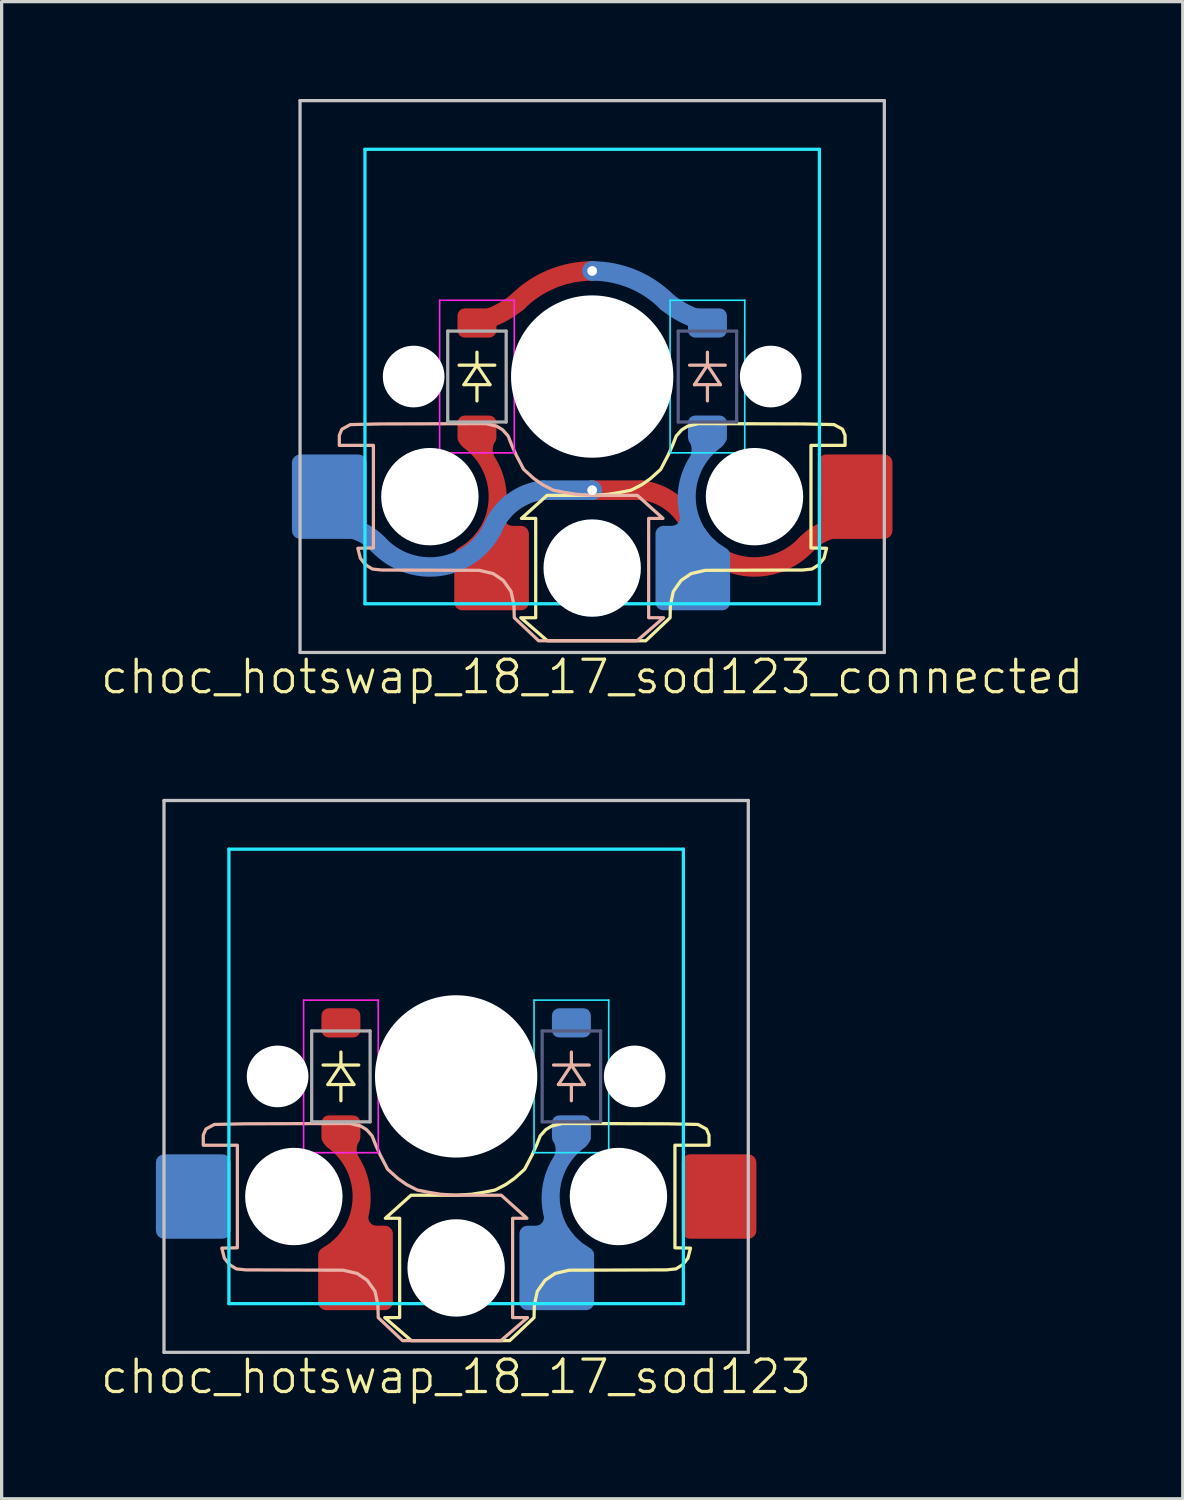
<source format=kicad_pcb>
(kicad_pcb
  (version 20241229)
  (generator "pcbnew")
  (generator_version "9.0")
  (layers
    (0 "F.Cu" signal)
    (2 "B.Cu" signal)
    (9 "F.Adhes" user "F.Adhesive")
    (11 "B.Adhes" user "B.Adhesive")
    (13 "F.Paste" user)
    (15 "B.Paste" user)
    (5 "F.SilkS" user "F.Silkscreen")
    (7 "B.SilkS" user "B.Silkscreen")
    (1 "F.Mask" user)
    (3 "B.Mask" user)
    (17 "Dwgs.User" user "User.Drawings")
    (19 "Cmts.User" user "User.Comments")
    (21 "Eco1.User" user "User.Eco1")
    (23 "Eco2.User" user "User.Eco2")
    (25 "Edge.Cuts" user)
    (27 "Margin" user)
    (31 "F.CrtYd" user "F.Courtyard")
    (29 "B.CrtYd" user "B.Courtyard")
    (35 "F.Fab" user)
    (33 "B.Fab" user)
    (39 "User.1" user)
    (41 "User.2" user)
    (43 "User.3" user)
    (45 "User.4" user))
  (footprint "choc_hotswap_18_17_sod123"
    (layer "F.Cu")
    (at 11.002 30.11)
    (property "Reference" "choc_hotswap_18_17_sod123" (at 0 9.25 0) (unlocked yes) (layer "F.SilkS") (effects (font (size 1 1) (thickness 0.1))))
    (attr smd)
    (fp_poly (pts (arc (start -4.149996 1.9) (mid -4.074341 2.066227) (end -3.95 2.199999)) (arc (start -3.95 2.2) (mid -3.21768 3.379686) (end -3.506351 4.737856)) (arc (start -2.45 4.599999) (mid -2.645282 4.509601) (end -2.697995 4.300967)) (arc (start -2.697996 4.300967) (mid -2.663909 3.368596) (end -2.99277 2.495482)) (arc (start -2.99277 2.495482) (mid -3.062756 2.230344) (end -2.970536 1.972096))) (stroke (width 0) (type solid)) (fill yes) (layer "F.Cu"))
    (fp_poly (pts (arc (start 4.149996 1.9) (mid 4.074341 2.066227) (end 3.95 2.199999)) (arc (start 3.95 2.2) (mid 3.21768 3.379686) (end 3.506351 4.737856)) (arc (start 2.45 4.599999) (mid 2.645282 4.509601) (end 2.697995 4.300967)) (arc (start 2.697996 4.300967) (mid 2.663909 3.368596) (end 2.99277 2.495482)) (arc (start 2.99277 2.495482) (mid 3.062756 2.230344) (end 2.970536 1.972096))) (stroke (width 0) (type solid)) (fill yes) (layer "B.Cu"))
    (fp_line (start -3.95 0.25) (end -3.55 -0.35) (stroke (width 0.1) (type solid)) (layer "F.SilkS"))
    (fp_line (start -3.55 -0.75) (end -3.55 -0.35) (stroke (width 0.1) (type solid)) (layer "F.SilkS"))
    (fp_line (start -3.55 -0.35) (end -4.1 -0.35) (stroke (width 0.1) (type solid)) (layer "F.SilkS"))
    (fp_line (start -3.55 -0.35) (end -3.15 0.25) (stroke (width 0.1) (type solid)) (layer "F.SilkS"))
    (fp_line (start -3.55 -0.35) (end -3 -0.35) (stroke (width 0.1) (type solid)) (layer "F.SilkS"))
    (fp_line (start -3.55 0.25) (end -3.55 0.75) (stroke (width 0.1) (type solid)) (layer "F.SilkS"))
    (fp_line (start -3.15 0.25) (end -3.95 0.25) (stroke (width 0.1) (type solid)) (layer "F.SilkS"))
    (fp_poly (pts (xy 1.8 3.14) (xy 2.11 2.86) (xy 2.34 2.42) (xy 2.48 2.11) (xy 2.59 1.83) (xy 2.76 1.64) (xy 2.94 1.53) (xy 3.27 1.45) (xy 6.52 1.46) (xy 7.45 1.48) (xy 7.71 1.622) (xy 7.79 1.81) (xy 7.79 2.12) (xy 6.74 2.12) (xy 6.74 5.28) (xy 7.22 5.29) (xy 7.14 5.6) (xy 6.98 5.8) (xy 6.77 5.93) (xy 6.48 5.96) (xy 3.48 5.97) (xy 3.05 6.07) (xy 2.74 6.28) (xy 2.5 6.62) (xy 2.41 7.04) (xy 2.4 7.43) (xy 1.65 8.14) (xy -1.38 8.14) (xy -2.2 7.43) (xy -1.74 7.43) (xy -1.74 4.37) (xy -2.18 4.37) (xy -1.39 3.66) (xy 0.02 3.66) (xy 0.48 3.63) (xy 0.85 3.57) (xy 1.2 3.5) (xy 1.53 3.33)) (stroke (width 0.1) (type solid)) (fill no) (layer "F.SilkS"))
    (fp_line (start 3 -0.35) (end 3.55 -0.35) (stroke (width 0.1) (type solid)) (layer "B.SilkS"))
    (fp_line (start 3.15 0.25) (end 3.55 -0.35) (stroke (width 0.1) (type solid)) (layer "B.SilkS"))
    (fp_line (start 3.55 -0.35) (end 3.55 -0.75) (stroke (width 0.1) (type solid)) (layer "B.SilkS"))
    (fp_line (start 3.55 -0.35) (end 3.95 0.25) (stroke (width 0.1) (type solid)) (layer "B.SilkS"))
    (fp_line (start 3.55 0.75) (end 3.55 0.25) (stroke (width 0.1) (type solid)) (layer "B.SilkS"))
    (fp_line (start 3.95 0.25) (end 3.15 0.25) (stroke (width 0.1) (type solid)) (layer "B.SilkS"))
    (fp_line (start 4.1 -0.35) (end 3.55 -0.35) (stroke (width 0.1) (type solid)) (layer "B.SilkS"))
    (fp_poly (pts (xy -1.8 3.14) (xy -2.11 2.86) (xy -2.34 2.42) (xy -2.48 2.11) (xy -2.59 1.83) (xy -2.76 1.64) (xy -2.94 1.53) (xy -3.27 1.45) (xy -6.52 1.46) (xy -7.45 1.48) (xy -7.71 1.622) (xy -7.79 1.81) (xy -7.79 2.12) (xy -6.74 2.12) (xy -6.74 5.28) (xy -7.22 5.29) (xy -7.14 5.6) (xy -6.98 5.8) (xy -6.77 5.93) (xy -6.48 5.96) (xy -3.48 5.97) (xy -3.05 6.07) (xy -2.74 6.28) (xy -2.5 6.62) (xy -2.41 7.04) (xy -2.4 7.43) (xy -1.65 8.14) (xy 1.38 8.14) (xy 2.2 7.43) (xy 1.74 7.43) (xy 1.74 4.37) (xy 2.18 4.37) (xy 1.39 3.66) (xy -0.02 3.66) (xy -0.48 3.63) (xy -0.85 3.57) (xy -1.2 3.5) (xy -1.53 3.33)) (stroke (width 0.1) (type solid)) (fill no) (layer "B.SilkS"))
    (fp_line (start -9 -8.5) (end -9 8.5) (stroke (width 0.1) (type solid)) (layer "Dwgs.User"))
    (fp_line (start -9 8.5) (end 9 8.5) (stroke (width 0.1) (type solid)) (layer "Dwgs.User"))
    (fp_line (start 9 -8.5) (end -9 -8.5) (stroke (width 0.1) (type solid)) (layer "Dwgs.User"))
    (fp_line (start 9 8.5) (end 9 -8.5) (stroke (width 0.1) (type solid)) (layer "Dwgs.User"))
    (fp_line (start -7 -7) (end -7 7) (stroke (width 0.1) (type solid)) (layer "B.CrtYd"))
    (fp_line (start -7 7) (end 7 7) (stroke (width 0.1) (type solid)) (layer "B.CrtYd"))
    (fp_line (start 2.4 2.35) (end 2.4 -2.35) (stroke (width 0.05) (type solid)) (layer "B.CrtYd"))
    (fp_line (start 4.7 -2.35) (end 2.4 -2.35) (stroke (width 0.05) (type solid)) (layer "B.CrtYd"))
    (fp_line (start 4.7 -2.35) (end 4.7 2.35) (stroke (width 0.05) (type solid)) (layer "B.CrtYd"))
    (fp_line (start 4.7 2.35) (end 2.4 2.35) (stroke (width 0.05) (type solid)) (layer "B.CrtYd"))
    (fp_line (start 7 -7) (end -7 -7) (stroke (width 0.1) (type solid)) (layer "B.CrtYd"))
    (fp_line (start 7 7) (end 7 -7) (stroke (width 0.1) (type solid)) (layer "B.CrtYd"))
    (fp_line (start -4.7 2.35) (end -4.7 -2.35) (stroke (width 0.05) (type solid)) (layer "F.CrtYd"))
    (fp_line (start -2.4 -2.35) (end -4.7 -2.35) (stroke (width 0.05) (type solid)) (layer "F.CrtYd"))
    (fp_line (start -2.4 -2.35) (end -2.4 2.35) (stroke (width 0.05) (type solid)) (layer "F.CrtYd"))
    (fp_line (start -2.4 2.35) (end -4.7 2.35) (stroke (width 0.05) (type solid)) (layer "F.CrtYd"))
    (fp_line (start 2.65 -1.4) (end 4.45 -1.4) (stroke (width 0.1) (type solid)) (layer "B.Fab"))
    (fp_line (start 2.65 1.4) (end 2.65 -1.4) (stroke (width 0.1) (type solid)) (layer "B.Fab"))
    (fp_line (start 4.45 1.4) (end 2.65 1.4) (stroke (width 0.1) (type solid)) (layer "B.Fab"))
    (fp_line (start 4.45 -1.4) (end 4.45 1.4) (stroke (width 0.1) (type solid)) (layer "B.Fab"))
    (fp_line (start -4.45 -1.4) (end -2.65 -1.4) (stroke (width 0.1) (type solid)) (layer "F.Fab"))
    (fp_line (start -4.45 1.4) (end -4.45 -1.4) (stroke (width 0.1) (type solid)) (layer "F.Fab"))
    (fp_line (start -2.65 1.4) (end -4.45 1.4) (stroke (width 0.1) (type solid)) (layer "F.Fab"))
    (fp_line (start -2.65 -1.4) (end -2.65 1.4) (stroke (width 0.1) (type solid)) (layer "F.Fab"))
    (pad "" np_thru_hole circle (at -5.5 0 270) (size 1.9 1.9) (drill 1.9) (layers "*.Cu" "*.Mask"))
    (pad "" np_thru_hole circle (at -5 3.7 90) (size 3 3) (drill 3) (layers "*.Cu" "*.Mask"))
    (pad "" np_thru_hole circle (at 0 0 270) (size 5 5) (drill 5) (layers "*.Cu" "*.Mask"))
    (pad "" np_thru_hole circle (at 0 5.9 270) (size 3 3) (drill 3) (layers "*.Cu" "*.Mask"))
    (pad "" smd custom (at 3.1 6.225 180) (size 1.95 1.95) (layers "B.Cu" "B.Mask" "B.Paste") (options (anchor circle)) (primitives (gr_poly (pts (xy -0.591 1.269) (xy -0.564 1.298) (xy -0.41 1.49) (xy -0.391 1.518) (arc (start -0.374871 1.536577) (mid -0.289292 1.601689) (end -0.184279 1.624829)) (arc (start 0.899969 1.624966) (mid 1.076766 1.551754) (end 1.15 1.374966)) (arc (start 1.15 -0.725003) (mid 1.076777 -0.90178) (end 0.9 -0.975003)) (arc (start -0.9 -0.975003) (mid -1.076777 -0.90178) (end -1.15 -0.725003)) (arc (start -1.15 0.715471) (mid -1.128988 0.815792) (end -1.069485 0.89925)) (xy -1.038 0.928) (xy -1.008 0.945) (xy -0.802 1.081) (xy -0.771 1.105)) (width 0) (fill yes))))
    (pad "" smd roundrect (at 3.55 1.65 90) (size 0.9 1.2) (layers "B.Cu" "B.Mask" "B.Paste") (roundrect_rratio 0.25))
    (pad "" np_thru_hole circle (at 5 3.7 270) (size 3 3) (drill 3) (layers "*.Cu" "*.Mask"))
    (pad "" np_thru_hole circle (at 5.5 0 270) (size 1.9 1.9) (drill 1.9) (layers "*.Cu" "*.Mask"))
    (pad "1" smd roundrect (at 8.1 3.7 180) (size 2.3 2.6) (layers "F.Cu" "F.Mask" "F.Paste") (roundrect_rratio 0.109))
    (pad "2" smd roundrect (at -3.55 -1.65 270) (size 0.9 1.2) (layers "F.Cu" "F.Mask" "F.Paste") (roundrect_rratio 0.25))
    (pad "3" smd roundrect (at -8.1 3.7 180) (size 2.3 2.6) (layers "B.Cu" "B.Mask" "B.Paste") (roundrect_rratio 0.109))
    (pad "4" smd roundrect (at 3.55 -1.65 90) (size 0.9 1.2) (layers "B.Cu" "B.Mask" "B.Paste") (roundrect_rratio 0.25))
    (pad "t" smd roundrect (at -3.55 1.65 270) (size 0.9 1.2) (layers "F.Cu" "F.Mask" "F.Paste") (roundrect_rratio 0.25))
    (pad "t" smd custom (at -3.1 6.225 180) (size 1.95 1.95) (layers "F.Cu" "F.Mask" "F.Paste") (options (anchor circle)) (primitives (gr_poly (pts (xy 0.591 1.269) (xy 0.564 1.298) (xy 0.41 1.49) (xy 0.391 1.518) (arc (start 0.374871 1.536577) (mid 0.289292 1.601689) (end 0.184279 1.624829)) (arc (start -0.899969 1.624966) (mid -1.076766 1.551754) (end -1.15 1.374966)) (arc (start -1.15 -0.725003) (mid -1.076777 -0.90178) (end -0.9 -0.975003)) (arc (start 0.9 -0.975003) (mid 1.076777 -0.90178) (end 1.15 -0.725003)) (arc (start 1.15 0.715471) (mid 1.128988 0.815792) (end 1.069485 0.89925)) (xy 1.038 0.928) (xy 1.008 0.945) (xy 0.802 1.081) (xy 0.771 1.105)) (width 0) (fill yes)))))
  (footprint "choc_hotswap_18_17_sod123_connected"
    (layer "F.Cu")
    (at 15.193 8.55)
    (property "Reference" "choc_hotswap_18_17_sod123_connected" (at 0 9.25 0) (unlocked yes) (layer "F.SilkS") (effects (font (size 1 1) (thickness 0.1))))
    (attr smd)
    (fp_line (start 1.513 3.5) (end 0 3.5) (stroke (width 0.6) (type default)) (layer "F.Cu"))
    (fp_arc (start -2.3 -2.300001) (mid -2.767845 -1.982954) (end -3.287087 -1.759827) (stroke (width 0.6) (type default)) (layer "F.Cu"))
    (fp_arc (start -2.3 -2.3) (mid -1.244751 -3.005095) (end 0 -3.252691) (stroke (width 0.6) (type default)) (layer "F.Cu"))
    (fp_arc (start 1.513264 3.5) (mid 2.465946 3.884725) (end 3.08193 4.707027) (stroke (width 0.6) (type default)) (layer "F.Cu"))
    (fp_arc (start 6.580436 5.181659) (mid 4.708764 5.846689) (end 3.08193 4.707027) (stroke (width 0.6) (type default)) (layer "F.Cu"))
    (fp_arc (start 6.580436 5.181659) (mid 6.899829 4.911579) (end 7.276741 4.730216) (stroke (width 0.6) (type default)) (layer "F.Cu"))
    (fp_poly (pts (arc (start -4.149996 1.9) (mid -4.074341 2.066227) (end -3.95 2.199999)) (arc (start -3.95 2.2) (mid -3.21768 3.379686) (end -3.506351 4.737856)) (arc (start -2.45 4.599999) (mid -2.645282 4.509601) (end -2.697995 4.300967)) (arc (start -2.697996 4.300967) (mid -2.663909 3.368596) (end -2.99277 2.495482)) (arc (start -2.99277 2.495482) (mid -3.062756 2.230344) (end -2.970536 1.972096))) (stroke (width 0) (type solid)) (fill yes) (layer "F.Cu"))
    (fp_line (start 0 3.5) (end -1.513 3.5) (stroke (width 0.6) (type default)) (layer "B.Cu"))
    (fp_arc (start -7.276741 4.730216) (mid -6.899829 4.911579) (end -6.580436 5.181659) (stroke (width 0.6) (type default)) (layer "B.Cu"))
    (fp_arc (start -3.08193 4.707027) (mid -4.708764 5.846689) (end -6.580436 5.181659) (stroke (width 0.6) (type default)) (layer "B.Cu"))
    (fp_arc (start -3.08193 4.707027) (mid -2.289644 3.764123) (end -1.513264 3.5) (stroke (width 0.6) (type default)) (layer "B.Cu"))
    (fp_arc (start 0 -3.252691) (mid 1.244751 -3.005095) (end 2.3 -2.3) (stroke (width 0.6) (type default)) (layer "B.Cu"))
    (fp_arc (start 3.287087 -1.759827) (mid 2.767845 -1.982954) (end 2.3 -2.300001) (stroke (width 0.6) (type default)) (layer "B.Cu"))
    (fp_poly (pts (arc (start 4.149996 1.9) (mid 4.074341 2.066227) (end 3.95 2.199999)) (arc (start 3.95 2.2) (mid 3.21768 3.379686) (end 3.506351 4.737856)) (arc (start 2.45 4.599999) (mid 2.645282 4.509601) (end 2.697995 4.300967)) (arc (start 2.697996 4.300967) (mid 2.663909 3.368596) (end 2.99277 2.495482)) (arc (start 2.99277 2.495482) (mid 3.062756 2.230344) (end 2.970536 1.972096))) (stroke (width 0) (type solid)) (fill yes) (layer "B.Cu"))
    (fp_line (start -3.95 0.25) (end -3.55 -0.35) (stroke (width 0.1) (type solid)) (layer "F.SilkS"))
    (fp_line (start -3.55 -0.75) (end -3.55 -0.35) (stroke (width 0.1) (type solid)) (layer "F.SilkS"))
    (fp_line (start -3.55 -0.35) (end -4.1 -0.35) (stroke (width 0.1) (type solid)) (layer "F.SilkS"))
    (fp_line (start -3.55 -0.35) (end -3.15 0.25) (stroke (width 0.1) (type solid)) (layer "F.SilkS"))
    (fp_line (start -3.55 -0.35) (end -3 -0.35) (stroke (width 0.1) (type solid)) (layer "F.SilkS"))
    (fp_line (start -3.55 0.25) (end -3.55 0.75) (stroke (width 0.1) (type solid)) (layer "F.SilkS"))
    (fp_line (start -3.15 0.25) (end -3.95 0.25) (stroke (width 0.1) (type solid)) (layer "F.SilkS"))
    (fp_poly (pts (xy 1.8 3.14) (xy 2.11 2.86) (xy 2.34 2.42) (xy 2.48 2.11) (xy 2.59 1.83) (xy 2.76 1.64) (xy 2.94 1.53) (xy 3.27 1.45) (xy 6.52 1.46) (xy 7.45 1.48) (xy 7.71 1.622) (xy 7.79 1.81) (xy 7.79 2.12) (xy 6.74 2.12) (xy 6.74 5.28) (xy 7.22 5.29) (xy 7.14 5.6) (xy 6.98 5.8) (xy 6.77 5.93) (xy 6.48 5.96) (xy 3.48 5.97) (xy 3.05 6.07) (xy 2.74 6.28) (xy 2.5 6.62) (xy 2.41 7.04) (xy 2.4 7.43) (xy 1.65 8.14) (xy -1.38 8.14) (xy -2.2 7.43) (xy -1.74 7.43) (xy -1.74 4.37) (xy -2.18 4.37) (xy -1.39 3.66) (xy 0.02 3.66) (xy 0.48 3.63) (xy 0.85 3.57) (xy 1.2 3.5) (xy 1.53 3.33)) (stroke (width 0.1) (type solid)) (fill no) (layer "F.SilkS"))
    (fp_line (start 3 -0.35) (end 3.55 -0.35) (stroke (width 0.1) (type solid)) (layer "B.SilkS"))
    (fp_line (start 3.15 0.25) (end 3.55 -0.35) (stroke (width 0.1) (type solid)) (layer "B.SilkS"))
    (fp_line (start 3.55 -0.35) (end 3.55 -0.75) (stroke (width 0.1) (type solid)) (layer "B.SilkS"))
    (fp_line (start 3.55 -0.35) (end 3.95 0.25) (stroke (width 0.1) (type solid)) (layer "B.SilkS"))
    (fp_line (start 3.55 0.75) (end 3.55 0.25) (stroke (width 0.1) (type solid)) (layer "B.SilkS"))
    (fp_line (start 3.95 0.25) (end 3.15 0.25) (stroke (width 0.1) (type solid)) (layer "B.SilkS"))
    (fp_line (start 4.1 -0.35) (end 3.55 -0.35) (stroke (width 0.1) (type solid)) (layer "B.SilkS"))
    (fp_poly (pts (xy -1.8 3.14) (xy -2.11 2.86) (xy -2.34 2.42) (xy -2.48 2.11) (xy -2.59 1.83) (xy -2.76 1.64) (xy -2.94 1.53) (xy -3.27 1.45) (xy -6.52 1.46) (xy -7.45 1.48) (xy -7.71 1.622) (xy -7.79 1.81) (xy -7.79 2.12) (xy -6.74 2.12) (xy -6.74 5.28) (xy -7.22 5.29) (xy -7.14 5.6) (xy -6.98 5.8) (xy -6.77 5.93) (xy -6.48 5.96) (xy -3.48 5.97) (xy -3.05 6.07) (xy -2.74 6.28) (xy -2.5 6.62) (xy -2.41 7.04) (xy -2.4 7.43) (xy -1.65 8.14) (xy 1.38 8.14) (xy 2.2 7.43) (xy 1.74 7.43) (xy 1.74 4.37) (xy 2.18 4.37) (xy 1.39 3.66) (xy -0.02 3.66) (xy -0.48 3.63) (xy -0.85 3.57) (xy -1.2 3.5) (xy -1.53 3.33)) (stroke (width 0.1) (type solid)) (fill no) (layer "B.SilkS"))
    (fp_line (start -9 -8.5) (end -9 8.5) (stroke (width 0.1) (type solid)) (layer "Dwgs.User"))
    (fp_line (start -9 8.5) (end 9 8.5) (stroke (width 0.1) (type solid)) (layer "Dwgs.User"))
    (fp_line (start 9 -8.5) (end -9 -8.5) (stroke (width 0.1) (type solid)) (layer "Dwgs.User"))
    (fp_line (start 9 8.5) (end 9 -8.5) (stroke (width 0.1) (type solid)) (layer "Dwgs.User"))
    (fp_line (start -7 -7) (end -7 7) (stroke (width 0.1) (type solid)) (layer "B.CrtYd"))
    (fp_line (start -7 7) (end 7 7) (stroke (width 0.1) (type solid)) (layer "B.CrtYd"))
    (fp_line (start 2.4 2.35) (end 2.4 -2.35) (stroke (width 0.05) (type solid)) (layer "B.CrtYd"))
    (fp_line (start 4.7 -2.35) (end 2.4 -2.35) (stroke (width 0.05) (type solid)) (layer "B.CrtYd"))
    (fp_line (start 4.7 -2.35) (end 4.7 2.35) (stroke (width 0.05) (type solid)) (layer "B.CrtYd"))
    (fp_line (start 4.7 2.35) (end 2.4 2.35) (stroke (width 0.05) (type solid)) (layer "B.CrtYd"))
    (fp_line (start 7 -7) (end -7 -7) (stroke (width 0.1) (type solid)) (layer "B.CrtYd"))
    (fp_line (start 7 7) (end 7 -7) (stroke (width 0.1) (type solid)) (layer "B.CrtYd"))
    (fp_line (start -4.7 2.35) (end -4.7 -2.35) (stroke (width 0.05) (type solid)) (layer "F.CrtYd"))
    (fp_line (start -2.4 -2.35) (end -4.7 -2.35) (stroke (width 0.05) (type solid)) (layer "F.CrtYd"))
    (fp_line (start -2.4 -2.35) (end -2.4 2.35) (stroke (width 0.05) (type solid)) (layer "F.CrtYd"))
    (fp_line (start -2.4 2.35) (end -4.7 2.35) (stroke (width 0.05) (type solid)) (layer "F.CrtYd"))
    (fp_line (start 2.65 -1.4) (end 4.45 -1.4) (stroke (width 0.1) (type solid)) (layer "B.Fab"))
    (fp_line (start 2.65 1.4) (end 2.65 -1.4) (stroke (width 0.1) (type solid)) (layer "B.Fab"))
    (fp_line (start 4.45 1.4) (end 2.65 1.4) (stroke (width 0.1) (type solid)) (layer "B.Fab"))
    (fp_line (start 4.45 -1.4) (end 4.45 1.4) (stroke (width 0.1) (type solid)) (layer "B.Fab"))
    (fp_line (start -4.45 -1.4) (end -2.65 -1.4) (stroke (width 0.1) (type solid)) (layer "F.Fab"))
    (fp_line (start -4.45 1.4) (end -4.45 -1.4) (stroke (width 0.1) (type solid)) (layer "F.Fab"))
    (fp_line (start -2.65 1.4) (end -4.45 1.4) (stroke (width 0.1) (type solid)) (layer "F.Fab"))
    (fp_line (start -2.65 -1.4) (end -2.65 1.4) (stroke (width 0.1) (type solid)) (layer "F.Fab"))
    (pad "" np_thru_hole circle (at -5.5 0 270) (size 1.9 1.9) (drill 1.9) (layers "*.Cu" "*.Mask"))
    (pad "" np_thru_hole circle (at -5 3.7 90) (size 3 3) (drill 3) (layers "*.Cu" "*.Mask"))
    (pad "" smd roundrect (at -3.55 1.65 270) (size 0.9 1.2) (layers "F.Cu" "F.Mask" "F.Paste") (roundrect_rratio 0.25))
    (pad "" smd custom (at -3.1 6.225 180) (size 1.95 1.95) (layers "F.Cu" "F.Mask" "F.Paste") (options (anchor circle)) (primitives (gr_poly (pts (xy 0.591 1.269) (xy 0.564 1.298) (xy 0.41 1.49) (xy 0.391 1.518) (arc (start 0.374871 1.536577) (mid 0.289292 1.601689) (end 0.184279 1.624829)) (arc (start -0.899969 1.624966) (mid -1.076766 1.551754) (end -1.15 1.374966)) (arc (start -1.15 -0.725003) (mid -1.076777 -0.90178) (end -0.9 -0.975003)) (arc (start 0.9 -0.975003) (mid 1.076777 -0.90178) (end 1.15 -0.725003)) (arc (start 1.15 0.715471) (mid 1.128988 0.815792) (end 1.069485 0.89925)) (xy 1.038 0.928) (xy 1.008 0.945) (xy 0.802 1.081) (xy 0.771 1.105)) (width 0) (fill yes))))
    (pad "" np_thru_hole circle (at 0 0 270) (size 5 5) (drill 5) (layers "*.Cu" "*.Mask"))
    (pad "" thru_hole circle (at 0 3.5) (size 0.6 0.6) (drill 0.3) (layers "*.Cu") (remove_unused_layers yes) (keep_end_layers yes) (zone_layer_connections))
    (pad "" np_thru_hole circle (at 0 5.9 270) (size 3 3) (drill 3) (layers "*.Cu" "*.Mask"))
    (pad "" smd custom (at 3.1 6.225 180) (size 1.95 1.95) (layers "B.Cu" "B.Mask" "B.Paste") (options (anchor circle)) (primitives (gr_poly (pts (xy -0.591 1.269) (xy -0.564 1.298) (xy -0.41 1.49) (xy -0.391 1.518) (arc (start -0.374871 1.536577) (mid -0.289292 1.601689) (end -0.184279 1.624829)) (arc (start 0.899969 1.624966) (mid 1.076766 1.551754) (end 1.15 1.374966)) (arc (start 1.15 -0.725003) (mid 1.076777 -0.90178) (end 0.9 -0.975003)) (arc (start -0.9 -0.975003) (mid -1.076777 -0.90178) (end -1.15 -0.725003)) (arc (start -1.15 0.715471) (mid -1.128988 0.815792) (end -1.069485 0.89925)) (xy -1.038 0.928) (xy -1.008 0.945) (xy -0.802 1.081) (xy -0.771 1.105)) (width 0) (fill yes))))
    (pad "" smd roundrect (at 3.55 1.65 90) (size 0.9 1.2) (layers "B.Cu" "B.Mask" "B.Paste") (roundrect_rratio 0.25))
    (pad "" np_thru_hole circle (at 5 3.7 270) (size 3 3) (drill 3) (layers "*.Cu" "*.Mask"))
    (pad "" np_thru_hole circle (at 5.5 0 270) (size 1.9 1.9) (drill 1.9) (layers "*.Cu" "*.Mask"))
    (pad "1" smd roundrect (at -8.1 3.7 180) (size 2.3 2.6) (layers "B.Cu" "B.Mask" "B.Paste") (roundrect_rratio 0.109))
    (pad "1" smd roundrect (at 8.1 3.7 180) (size 2.3 2.6) (layers "F.Cu" "F.Mask" "F.Paste") (roundrect_rratio 0.109))
    (pad "2" smd roundrect (at -3.55 -1.65 270) (size 0.9 1.2) (layers "F.Cu" "F.Mask" "F.Paste") (roundrect_rratio 0.25))
    (pad "2" thru_hole circle (at 0 -3.253) (size 0.6 0.6) (drill 0.3) (layers "*.Cu") (remove_unused_layers yes) (keep_end_layers yes) (zone_layer_connections))
    (pad "2" smd roundrect (at 3.55 -1.65 90) (size 0.9 1.2) (layers "B.Cu" "B.Mask" "B.Paste") (roundrect_rratio 0.25)))
  (gr_rect
    (start -3 -3)
    (end 33.386 43.121)
    (stroke (width 0.1) (type default))
    (fill no)
    (layer "Edge.Cuts")))
</source>
